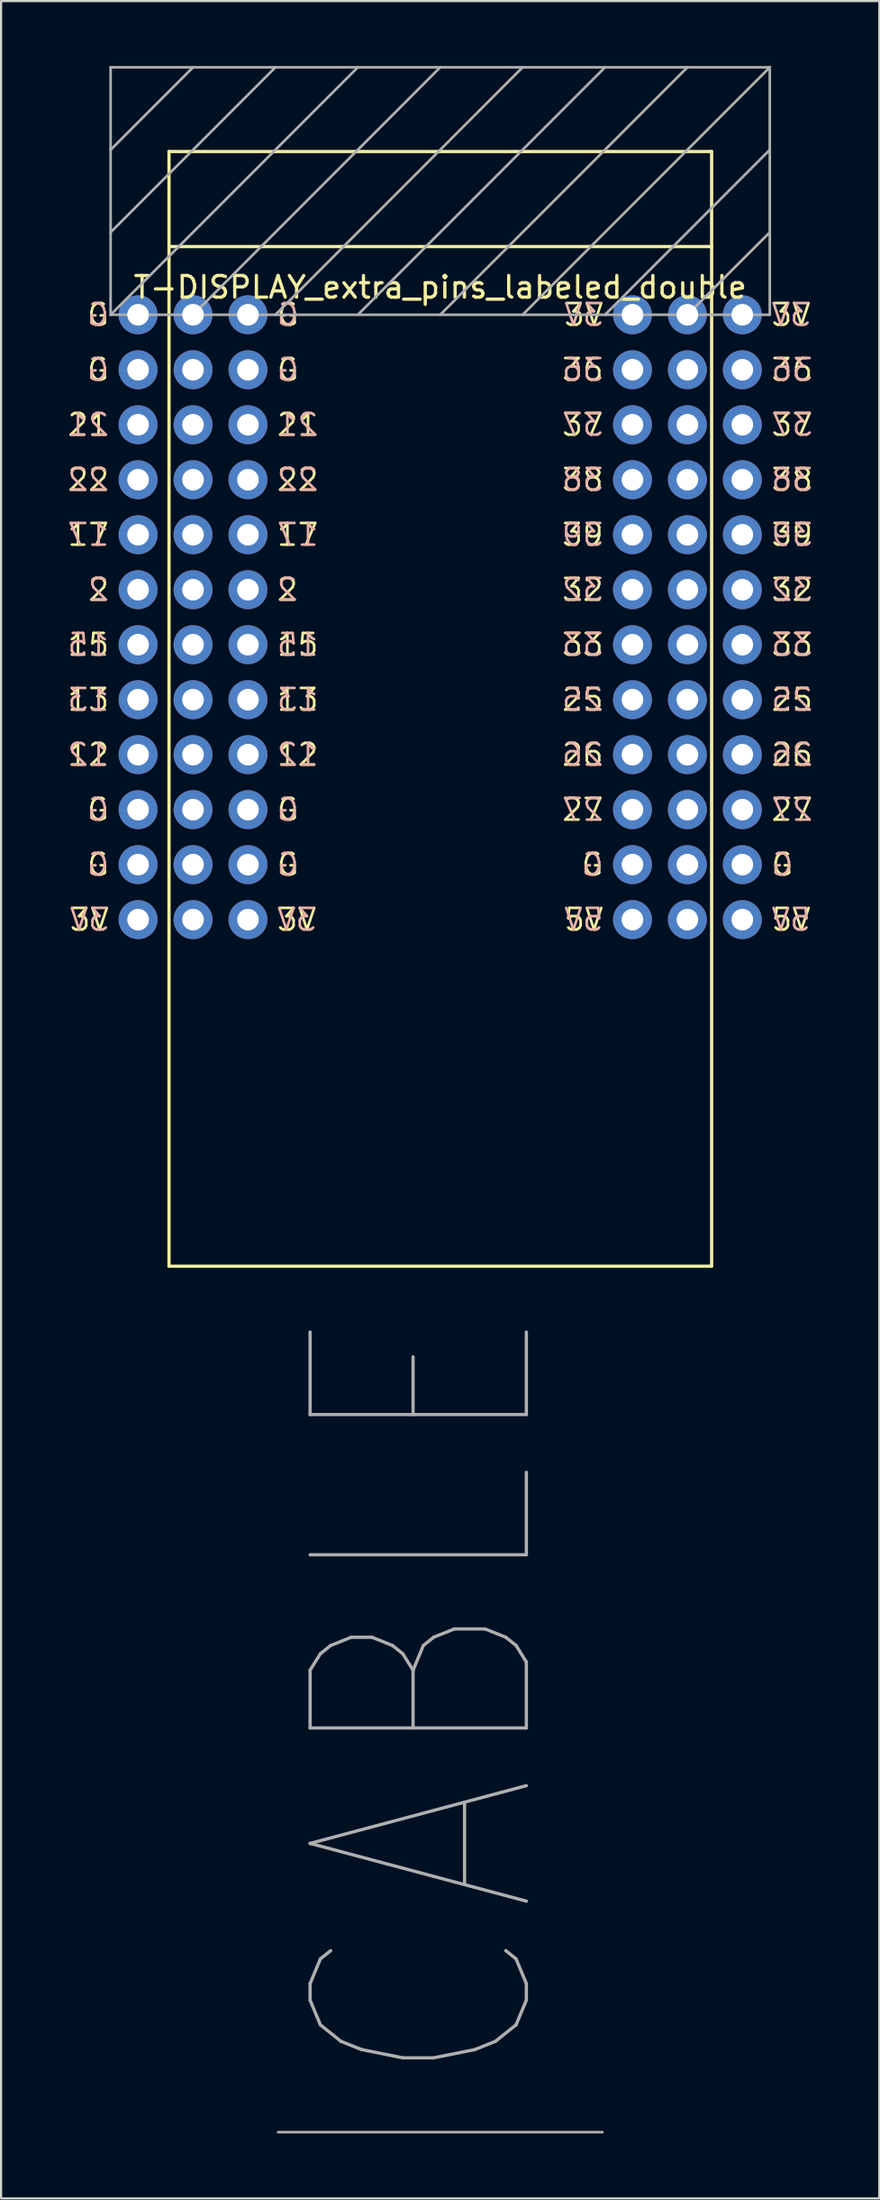
<source format=kicad_pcb>
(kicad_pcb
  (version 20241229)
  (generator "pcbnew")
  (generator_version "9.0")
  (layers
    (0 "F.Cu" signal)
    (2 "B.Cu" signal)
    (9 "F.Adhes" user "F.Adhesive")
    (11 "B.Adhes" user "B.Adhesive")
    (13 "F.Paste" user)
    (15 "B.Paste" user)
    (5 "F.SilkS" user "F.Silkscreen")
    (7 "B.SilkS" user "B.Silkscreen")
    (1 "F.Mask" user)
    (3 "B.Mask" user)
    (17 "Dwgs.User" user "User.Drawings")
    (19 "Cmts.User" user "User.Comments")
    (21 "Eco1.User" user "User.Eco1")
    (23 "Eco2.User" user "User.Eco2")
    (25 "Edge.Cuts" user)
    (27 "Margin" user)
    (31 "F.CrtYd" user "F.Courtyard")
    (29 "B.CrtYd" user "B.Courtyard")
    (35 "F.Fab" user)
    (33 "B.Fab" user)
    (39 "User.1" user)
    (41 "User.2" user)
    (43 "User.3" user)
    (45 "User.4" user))
  (footprint "T-DISPLAY_extra_pins_labeled_double"
    (layer "F.Cu")
    (at 5.875 11.49)
    (property "Reference" "T-DISPLAY_extra_pins_labeled_double" (at 11.43 -1.27 0) (layer "F.SilkS") (effects (font (size 1 1) (thickness 0.15))))
    (attr through_hole)
    (fp_line (start -1.11 -7.54) (end -1.11 43.95) (stroke (width 0.15) (type solid)) (layer "F.SilkS"))
    (fp_line (start -1.11 -7.54) (end 23.98 -7.54) (stroke (width 0.15) (type solid)) (layer "F.SilkS"))
    (fp_line (start -1.11 -3.15) (end 23.98 -3.15) (stroke (width 0.15) (type solid)) (layer "F.SilkS"))
    (fp_line (start -1.11 43.95) (end 23.98 43.95) (stroke (width 0.15) (type solid)) (layer "F.SilkS"))
    (fp_line (start 23.98 -7.54) (end 23.98 43.95) (stroke (width 0.15) (type solid)) (layer "F.SilkS"))
    (fp_line (start -3.81 -11.43) (end 26.67 -11.43) (stroke (width 0.12) (type solid)) (layer "F.Fab"))
    (fp_line (start -3.81 -7.62) (end 0 -11.43) (stroke (width 0.12) (type solid)) (layer "F.Fab"))
    (fp_line (start -3.81 -3.81) (end 3.81 -11.43) (stroke (width 0.12) (type solid)) (layer "F.Fab"))
    (fp_line (start -3.81 0) (end -3.81 -11.43) (stroke (width 0.12) (type solid)) (layer "F.Fab"))
    (fp_line (start -3.81 0) (end 7.62 -11.43) (stroke (width 0.12) (type solid)) (layer "F.Fab"))
    (fp_line (start 0 0) (end 11.43 -11.43) (stroke (width 0.12) (type solid)) (layer "F.Fab"))
    (fp_line (start 3.81 0) (end 15.24 -11.43) (stroke (width 0.12) (type solid)) (layer "F.Fab"))
    (fp_line (start 3.935 83.95) (end 18.935 83.95) (stroke (width 0.12) (type solid)) (layer "F.Fab"))
    (fp_line (start 7.62 0) (end 19.05 -11.43) (stroke (width 0.12) (type solid)) (layer "F.Fab"))
    (fp_line (start 15.24 0) (end 26.67 -11.43) (stroke (width 0.12) (type solid)) (layer "F.Fab"))
    (fp_line (start 19.05 0) (end 26.67 -7.62) (stroke (width 0.12) (type solid)) (layer "F.Fab"))
    (fp_line (start 22.86 -11.43) (end 11.43 0) (stroke (width 0.12) (type solid)) (layer "F.Fab"))
    (fp_line (start 22.86 0) (end 26.67 -3.81) (stroke (width 0.12) (type solid)) (layer "F.Fab"))
    (fp_line (start 26.67 -11.43) (end 26.67 0) (stroke (width 0.12) (type solid)) (layer "F.Fab"))
    (fp_line (start 26.67 0) (end -3.81 0) (stroke (width 0.12) (type solid)) (layer "F.Fab"))
    (fp_text user "15" (at -3.81 15.24 0) (layer "F.SilkS") (effects (font (size 1 1) (thickness 0.12)) (justify right)))
    (fp_text user "22" (at 3.81 7.62 0) (layer "F.SilkS") (effects (font (size 1 1) (thickness 0.12)) (justify left)))
    (fp_text user "G" (at -3.81 22.86 0) (layer "F.SilkS") (effects (font (size 1 1) (thickness 0.12)) (justify right)))
    (fp_text user "36" (at 26.67 2.54 0) (layer "F.SilkS") (effects (font (size 1 1) (thickness 0.12)) (justify left)))
    (fp_text user "38" (at 26.67 7.62 0) (layer "F.SilkS") (effects (font (size 1 1) (thickness 0.12)) (justify left)))
    (fp_text user "12" (at -3.81 20.32 0) (layer "F.SilkS") (effects (font (size 1 1) (thickness 0.12)) (justify right)))
    (fp_text user "G" (at 3.81 25.4 0) (layer "F.SilkS") (effects (font (size 1 1) (thickness 0.12)) (justify left)))
    (fp_text user "3V" (at 19.05 0 0) (layer "F.SilkS") (effects (font (size 1 1) (thickness 0.12)) (justify right)))
    (fp_text user "5V" (at 19.05 27.94 0) (layer "F.SilkS") (effects (font (size 1 1) (thickness 0.12)) (justify right)))
    (fp_text user "27" (at 26.67 22.86 0) (layer "F.SilkS") (effects (font (size 1 1) (thickness 0.12)) (justify left)))
    (fp_text user "25" (at 26.67 17.78 0) (layer "F.SilkS") (effects (font (size 1 1) (thickness 0.12)) (justify left)))
    (fp_text user "2" (at -3.81 12.7 0) (layer "F.SilkS") (effects (font (size 1 1) (thickness 0.12)) (justify right)))
    (fp_text user "G" (at -3.81 0 0) (layer "F.SilkS") (effects (font (size 1 1) (thickness 0.12)) (justify right)))
    (fp_text user "G" (at -3.81 2.54 0) (layer "F.SilkS") (effects (font (size 1 1) (thickness 0.12)) (justify right)))
    (fp_text user "17" (at 3.81 10.16 0) (layer "F.SilkS") (effects (font (size 1 1) (thickness 0.12)) (justify left)))
    (fp_text user "G" (at 3.81 22.86 0) (layer "F.SilkS") (effects (font (size 1 1) (thickness 0.12)) (justify left)))
    (fp_text user "G" (at 3.81 0 0) (layer "F.SilkS") (effects (font (size 1 1) (thickness 0.12)) (justify left)))
    (fp_text user "37" (at 26.67 5.08 0) (layer "F.SilkS") (effects (font (size 1 1) (thickness 0.12)) (justify left)))
    (fp_text user "21" (at 3.81 5.08 0) (layer "F.SilkS") (effects (font (size 1 1) (thickness 0.12)) (justify left)))
    (fp_text user "12" (at 3.81 20.32 0) (layer "F.SilkS") (effects (font (size 1 1) (thickness 0.12)) (justify left)))
    (fp_text user "3V" (at -3.81 27.94 0) (layer "F.SilkS") (effects (font (size 1 1) (thickness 0.12)) (justify right)))
    (fp_text user "G" (at -3.81 25.4 0) (layer "F.SilkS") (effects (font (size 1 1) (thickness 0.12)) (justify right)))
    (fp_text user "37" (at 19.05 5.08 0) (layer "F.SilkS") (effects (font (size 1 1) (thickness 0.12)) (justify right)))
    (fp_text user "5V" (at 26.67 27.94 0) (layer "F.SilkS") (effects (font (size 1 1) (thickness 0.12)) (justify left)))
    (fp_text user "G" (at 19.05 25.4 0) (layer "F.SilkS") (effects (font (size 1 1) (thickness 0.12)) (justify right)))
    (fp_text user "G" (at 3.81 2.54 0) (layer "F.SilkS") (effects (font (size 1 1) (thickness 0.12)) (justify left)))
    (fp_text user "33" (at 19.05 15.24 0) (layer "F.SilkS") (effects (font (size 1 1) (thickness 0.12)) (justify right)))
    (fp_text user "15" (at 3.81 15.24 0) (layer "F.SilkS") (effects (font (size 1 1) (thickness 0.12)) (justify left)))
    (fp_text user "2" (at 3.81 12.7 0) (layer "F.SilkS") (effects (font (size 1 1) (thickness 0.12)) (justify left)))
    (fp_text user "3V" (at 3.81 27.94 0) (layer "F.SilkS") (effects (font (size 1 1) (thickness 0.12)) (justify left)))
    (fp_text user "38" (at 19.05 7.62 0) (layer "F.SilkS") (effects (font (size 1 1) (thickness 0.12)) (justify right)))
    (fp_text user "13" (at -3.81 17.78 0) (layer "F.SilkS") (effects (font (size 1 1) (thickness 0.12)) (justify right)))
    (fp_text user "3V" (at 26.67 0 0) (layer "F.SilkS") (effects (font (size 1 1) (thickness 0.12)) (justify left)))
    (fp_text user "21" (at -3.81 5.08 0) (layer "F.SilkS") (effects (font (size 1 1) (thickness 0.12)) (justify right)))
    (fp_text user "32" (at 26.67 12.7 0) (layer "F.SilkS") (effects (font (size 1 1) (thickness 0.12)) (justify left)))
    (fp_text user "22" (at -3.81 7.62 0) (layer "F.SilkS") (effects (font (size 1 1) (thickness 0.12)) (justify right)))
    (fp_text user "39" (at 19.05 10.16 0) (layer "F.SilkS") (effects (font (size 1 1) (thickness 0.12)) (justify right)))
    (fp_text user "13" (at 3.81 17.78 0) (layer "F.SilkS") (effects (font (size 1 1) (thickness 0.12)) (justify left)))
    (fp_text user "26" (at 19.05 20.32 0) (layer "F.SilkS") (effects (font (size 1 1) (thickness 0.12)) (justify right)))
    (fp_text user "39" (at 26.67 10.16 0) (layer "F.SilkS") (effects (font (size 1 1) (thickness 0.12)) (justify left)))
    (fp_text user "17" (at -3.81 10.16 0) (layer "F.SilkS") (effects (font (size 1 1) (thickness 0.12)) (justify right)))
    (fp_text user "27" (at 19.05 22.86 0) (layer "F.SilkS") (effects (font (size 1 1) (thickness 0.12)) (justify right)))
    (fp_text user "G" (at 26.67 25.4 0) (layer "F.SilkS") (effects (font (size 1 1) (thickness 0.12)) (justify left)))
    (fp_text user "25" (at 19.05 17.78 0) (layer "F.SilkS") (effects (font (size 1 1) (thickness 0.12)) (justify right)))
    (fp_text user "26" (at 26.67 20.32 0) (layer "F.SilkS") (effects (font (size 1 1) (thickness 0.12)) (justify left)))
    (fp_text user "36" (at 19.05 2.54 0) (layer "F.SilkS") (effects (font (size 1 1) (thickness 0.12)) (justify right)))
    (fp_text user "32" (at 19.05 12.7 0) (layer "F.SilkS") (effects (font (size 1 1) (thickness 0.12)) (justify right)))
    (fp_text user "33" (at 26.67 15.24 0) (layer "F.SilkS") (effects (font (size 1 1) (thickness 0.12)) (justify left)))
    (fp_text user "G" (at 3.81 0 0) (layer "B.SilkS") (effects (font (size 1 1) (thickness 0.12)) (justify right mirror)))
    (fp_text user "21" (at 3.81 5.08 0) (layer "B.SilkS") (effects (font (size 1 1) (thickness 0.12)) (justify right mirror)))
    (fp_text user "22" (at -3.81 7.62 0) (layer "B.SilkS") (effects (font (size 1 1) (thickness 0.12)) (justify left mirror)))
    (fp_text user "22" (at 3.81 7.62 0) (layer "B.SilkS") (effects (font (size 1 1) (thickness 0.12)) (justify right mirror)))
    (fp_text user "17" (at -3.81 10.16 0) (layer "B.SilkS") (effects (font (size 1 1) (thickness 0.12)) (justify left mirror)))
    (fp_text user "36" (at 19.05 2.54 0) (layer "B.SilkS") (effects (font (size 1 1) (thickness 0.12)) (justify left mirror)))
    (fp_text user "25" (at 26.67 17.78 0) (layer "B.SilkS") (effects (font (size 1 1) (thickness 0.12)) (justify right mirror)))
    (fp_text user "G" (at -3.81 2.54 0) (layer "B.SilkS") (effects (font (size 1 1) (thickness 0.12)) (justify left mirror)))
    (fp_text user "3V" (at 3.81 27.94 0) (layer "B.SilkS") (effects (font (size 1 1) (thickness 0.12)) (justify right mirror)))
    (fp_text user "27" (at 26.67 22.86 0) (layer "B.SilkS") (effects (font (size 1 1) (thickness 0.12)) (justify right mirror)))
    (fp_text user "G" (at 19.05 25.4 0) (layer "B.SilkS") (effects (font (size 1 1) (thickness 0.12)) (justify left mirror)))
    (fp_text user "27" (at 19.05 22.86 0) (layer "B.SilkS") (effects (font (size 1 1) (thickness 0.12)) (justify left mirror)))
    (fp_text user "G" (at 26.67 25.4 0) (layer "B.SilkS") (effects (font (size 1 1) (thickness 0.12)) (justify right mirror)))
    (fp_text user "33" (at 26.67 15.24 0) (layer "B.SilkS") (effects (font (size 1 1) (thickness 0.12)) (justify right mirror)))
    (fp_text user "5V" (at 19.05 27.94 0) (layer "B.SilkS") (effects (font (size 1 1) (thickness 0.12)) (justify left mirror)))
    (fp_text user "21" (at -3.81 5.08 0) (layer "B.SilkS") (effects (font (size 1 1) (thickness 0.12)) (justify left mirror)))
    (fp_text user "32" (at 26.67 12.7 0) (layer "B.SilkS") (effects (font (size 1 1) (thickness 0.12)) (justify right mirror)))
    (fp_text user "G" (at -3.81 22.86 0) (layer "B.SilkS") (effects (font (size 1 1) (thickness 0.12)) (justify left mirror)))
    (fp_text user "36" (at 26.67 2.54 0) (layer "B.SilkS") (effects (font (size 1 1) (thickness 0.12)) (justify right mirror)))
    (fp_text user "39" (at 26.67 10.16 0) (layer "B.SilkS") (effects (font (size 1 1) (thickness 0.12)) (justify right mirror)))
    (fp_text user "33" (at 19.05 15.24 0) (layer "B.SilkS") (effects (font (size 1 1) (thickness 0.12)) (justify left mirror)))
    (fp_text user "2" (at 3.81 12.7 0) (layer "B.SilkS") (effects (font (size 1 1) (thickness 0.12)) (justify right mirror)))
    (fp_text user "37" (at 26.67 5.08 0) (layer "B.SilkS") (effects (font (size 1 1) (thickness 0.12)) (justify right mirror)))
    (fp_text user "G" (at 3.81 22.86 0) (layer "B.SilkS") (effects (font (size 1 1) (thickness 0.12)) (justify right mirror)))
    (fp_text user "37" (at 19.05 5.08 0) (layer "B.SilkS") (effects (font (size 1 1) (thickness 0.12)) (justify left mirror)))
    (fp_text user "39" (at 19.05 10.16 0) (layer "B.SilkS") (effects (font (size 1 1) (thickness 0.12)) (justify left mirror)))
    (fp_text user "12" (at -3.81 20.32 0) (layer "B.SilkS") (effects (font (size 1 1) (thickness 0.12)) (justify left mirror)))
    (fp_text user "3V" (at -3.81 27.94 0) (layer "B.SilkS") (effects (font (size 1 1) (thickness 0.12)) (justify left mirror)))
    (fp_text user "G" (at -3.81 25.4 0) (layer "B.SilkS") (effects (font (size 1 1) (thickness 0.12)) (justify left mirror)))
    (fp_text user "2" (at -3.81 12.7 0) (layer "B.SilkS") (effects (font (size 1 1) (thickness 0.12)) (justify left mirror)))
    (fp_text user "3V" (at 19.05 0 0) (layer "B.SilkS") (effects (font (size 1 1) (thickness 0.12)) (justify left mirror)))
    (fp_text user "5V" (at 26.67 27.94 0) (layer "B.SilkS") (effects (font (size 1 1) (thickness 0.12)) (justify right mirror)))
    (fp_text user "15" (at 3.81 15.24 0) (layer "B.SilkS") (effects (font (size 1 1) (thickness 0.12)) (justify right mirror)))
    (fp_text user "G" (at 3.81 25.4 0) (layer "B.SilkS") (effects (font (size 1 1) (thickness 0.12)) (justify right mirror)))
    (fp_text user "12" (at 3.81 20.32 0) (layer "B.SilkS") (effects (font (size 1 1) (thickness 0.12)) (justify right mirror)))
    (fp_text user "38" (at 26.67 7.62 0) (layer "B.SilkS") (effects (font (size 1 1) (thickness 0.12)) (justify right mirror)))
    (fp_text user "G" (at 3.81 2.54 0) (layer "B.SilkS") (effects (font (size 1 1) (thickness 0.12)) (justify right mirror)))
    (fp_text user "13" (at 3.81 17.78 0) (layer "B.SilkS") (effects (font (size 1 1) (thickness 0.12)) (justify right mirror)))
    (fp_text user "G" (at -3.81 0 0) (layer "B.SilkS") (effects (font (size 1 1) (thickness 0.12)) (justify left mirror)))
    (fp_text user "25" (at 19.05 17.78 0) (layer "B.SilkS") (effects (font (size 1 1) (thickness 0.12)) (justify left mirror)))
    (fp_text user "17" (at 3.81 10.16 0) (layer "B.SilkS") (effects (font (size 1 1) (thickness 0.12)) (justify right mirror)))
    (fp_text user "3V" (at 26.67 0 0) (layer "B.SilkS") (effects (font (size 1 1) (thickness 0.12)) (justify right mirror)))
    (fp_text user "32" (at 19.05 12.7 0) (layer "B.SilkS") (effects (font (size 1 1) (thickness 0.12)) (justify left mirror)))
    (fp_text user "15" (at -3.81 15.24 0) (layer "B.SilkS") (effects (font (size 1 1) (thickness 0.12)) (justify left mirror)))
    (fp_text user "26" (at 26.67 20.32 0) (layer "B.SilkS") (effects (font (size 1 1) (thickness 0.12)) (justify right mirror)))
    (fp_text user "13" (at -3.81 17.78 0) (layer "B.SilkS") (effects (font (size 1 1) (thickness 0.12)) (justify left mirror)))
    (fp_text user "26" (at 19.05 20.32 0) (layer "B.SilkS") (effects (font (size 1 1) (thickness 0.12)) (justify left mirror)))
    (fp_text user "38" (at 19.05 7.62 0) (layer "B.SilkS") (effects (font (size 1 1) (thickness 0.12)) (justify left mirror)))
    (fp_text user "CABLE" (at 10.795 63.754 270) (layer "F.Fab") (effects (font (size 10 8) (thickness 0.15))))
    (pad "1" thru_hole circle (at -2.54 0) (size 1.8 1.8) (drill 1) (layers "*.Cu" "*.Mask"))
    (pad "1" thru_hole circle (at 0 0) (size 1.8 1.8) (drill 1) (layers "*.Cu" "*.Mask"))
    (pad "1" thru_hole circle (at 2.54 0) (size 1.8 1.8) (drill 1) (layers "*.Cu" "*.Mask"))
    (pad "2" thru_hole circle (at -2.54 2.54) (size 1.8 1.8) (drill 1) (layers "*.Cu" "*.Mask"))
    (pad "2" thru_hole circle (at 0 2.54) (size 1.8 1.8) (drill 1) (layers "*.Cu" "*.Mask"))
    (pad "2" thru_hole circle (at 2.54 2.54) (size 1.8 1.8) (drill 1) (layers "*.Cu" "*.Mask"))
    (pad "3" thru_hole circle (at -2.54 5.08) (size 1.8 1.8) (drill 1) (layers "*.Cu" "*.Mask"))
    (pad "3" thru_hole circle (at 0 5.08) (size 1.8 1.8) (drill 1) (layers "*.Cu" "*.Mask"))
    (pad "3" thru_hole circle (at 2.54 5.08) (size 1.8 1.8) (drill 1) (layers "*.Cu" "*.Mask"))
    (pad "4" thru_hole circle (at -2.54 7.62) (size 1.8 1.8) (drill 1) (layers "*.Cu" "*.Mask"))
    (pad "4" thru_hole circle (at 0 7.62) (size 1.8 1.8) (drill 1) (layers "*.Cu" "*.Mask"))
    (pad "4" thru_hole circle (at 2.54 7.62) (size 1.8 1.8) (drill 1) (layers "*.Cu" "*.Mask"))
    (pad "5" thru_hole circle (at -2.54 10.16) (size 1.8 1.8) (drill 1) (layers "*.Cu" "*.Mask"))
    (pad "5" thru_hole circle (at 0 10.16) (size 1.8 1.8) (drill 1) (layers "*.Cu" "*.Mask"))
    (pad "5" thru_hole circle (at 2.54 10.16) (size 1.8 1.8) (drill 1) (layers "*.Cu" "*.Mask"))
    (pad "6" thru_hole circle (at -2.54 12.7) (size 1.8 1.8) (drill 1) (layers "*.Cu" "*.Mask"))
    (pad "6" thru_hole circle (at 0 12.7) (size 1.8 1.8) (drill 1) (layers "*.Cu" "*.Mask"))
    (pad "6" thru_hole circle (at 2.54 12.7) (size 1.8 1.8) (drill 1) (layers "*.Cu" "*.Mask"))
    (pad "7" thru_hole circle (at -2.54 15.24) (size 1.8 1.8) (drill 1) (layers "*.Cu" "*.Mask"))
    (pad "7" thru_hole circle (at 0 15.24) (size 1.8 1.8) (drill 1) (layers "*.Cu" "*.Mask"))
    (pad "7" thru_hole circle (at 2.54 15.24) (size 1.8 1.8) (drill 1) (layers "*.Cu" "*.Mask"))
    (pad "8" thru_hole circle (at -2.54 17.78) (size 1.8 1.8) (drill 1) (layers "*.Cu" "*.Mask"))
    (pad "8" thru_hole circle (at 0 17.78) (size 1.8 1.8) (drill 1) (layers "*.Cu" "*.Mask"))
    (pad "8" thru_hole circle (at 2.54 17.78) (size 1.8 1.8) (drill 1) (layers "*.Cu" "*.Mask"))
    (pad "9" thru_hole circle (at -2.54 20.32) (size 1.8 1.8) (drill 1) (layers "*.Cu" "*.Mask"))
    (pad "9" thru_hole circle (at 0 20.32) (size 1.8 1.8) (drill 1) (layers "*.Cu" "*.Mask"))
    (pad "9" thru_hole circle (at 2.54 20.32) (size 1.8 1.8) (drill 1) (layers "*.Cu" "*.Mask"))
    (pad "10" thru_hole circle (at -2.54 22.86) (size 1.8 1.8) (drill 1) (layers "*.Cu" "*.Mask"))
    (pad "10" thru_hole circle (at 0 22.86) (size 1.8 1.8) (drill 1) (layers "*.Cu" "*.Mask"))
    (pad "10" thru_hole circle (at 2.54 22.86) (size 1.8 1.8) (drill 1) (layers "*.Cu" "*.Mask"))
    (pad "11" thru_hole circle (at -2.54 25.4) (size 1.8 1.8) (drill 1) (layers "*.Cu" "*.Mask"))
    (pad "11" thru_hole circle (at 0 25.4) (size 1.8 1.8) (drill 1) (layers "*.Cu" "*.Mask"))
    (pad "11" thru_hole circle (at 2.54 25.4) (size 1.8 1.8) (drill 1) (layers "*.Cu" "*.Mask"))
    (pad "12" thru_hole circle (at -2.54 27.94) (size 1.8 1.8) (drill 1) (layers "*.Cu" "*.Mask"))
    (pad "12" thru_hole circle (at 0 27.94) (size 1.8 1.8) (drill 1) (layers "*.Cu" "*.Mask"))
    (pad "12" thru_hole circle (at 2.54 27.94) (size 1.8 1.8) (drill 1) (layers "*.Cu" "*.Mask"))
    (pad "13" thru_hole circle (at 20.32 27.94) (size 1.8 1.8) (drill 1) (layers "*.Cu" "*.Mask"))
    (pad "13" thru_hole circle (at 22.86 27.94) (size 1.8 1.8) (drill 1) (layers "*.Cu" "*.Mask"))
    (pad "13" thru_hole circle (at 25.4 27.94) (size 1.8 1.8) (drill 1) (layers "*.Cu" "*.Mask"))
    (pad "14" thru_hole circle (at 20.32 25.4) (size 1.8 1.8) (drill 1) (layers "*.Cu" "*.Mask"))
    (pad "14" thru_hole circle (at 22.86 25.4) (size 1.8 1.8) (drill 1) (layers "*.Cu" "*.Mask"))
    (pad "14" thru_hole circle (at 25.4 25.4) (size 1.8 1.8) (drill 1) (layers "*.Cu" "*.Mask"))
    (pad "15" thru_hole circle (at 20.32 22.86) (size 1.8 1.8) (drill 1) (layers "*.Cu" "*.Mask"))
    (pad "15" thru_hole circle (at 22.86 22.86) (size 1.8 1.8) (drill 1) (layers "*.Cu" "*.Mask"))
    (pad "15" thru_hole circle (at 25.4 22.86) (size 1.8 1.8) (drill 1) (layers "*.Cu" "*.Mask"))
    (pad "16" thru_hole circle (at 20.32 20.32) (size 1.8 1.8) (drill 1) (layers "*.Cu" "*.Mask"))
    (pad "16" thru_hole circle (at 22.86 20.32) (size 1.8 1.8) (drill 1) (layers "*.Cu" "*.Mask"))
    (pad "16" thru_hole circle (at 25.4 20.32) (size 1.8 1.8) (drill 1) (layers "*.Cu" "*.Mask"))
    (pad "17" thru_hole circle (at 20.32 17.78) (size 1.8 1.8) (drill 1) (layers "*.Cu" "*.Mask"))
    (pad "17" thru_hole circle (at 22.86 17.78) (size 1.8 1.8) (drill 1) (layers "*.Cu" "*.Mask"))
    (pad "17" thru_hole circle (at 25.4 17.78) (size 1.8 1.8) (drill 1) (layers "*.Cu" "*.Mask"))
    (pad "18" thru_hole circle (at 20.32 15.24) (size 1.8 1.8) (drill 1) (layers "*.Cu" "*.Mask"))
    (pad "18" thru_hole circle (at 22.86 15.24) (size 1.8 1.8) (drill 1) (layers "*.Cu" "*.Mask"))
    (pad "18" thru_hole circle (at 25.4 15.24) (size 1.8 1.8) (drill 1) (layers "*.Cu" "*.Mask"))
    (pad "19" thru_hole circle (at 20.32 12.7) (size 1.8 1.8) (drill 1) (layers "*.Cu" "*.Mask"))
    (pad "19" thru_hole circle (at 22.86 12.7) (size 1.8 1.8) (drill 1) (layers "*.Cu" "*.Mask"))
    (pad "19" thru_hole circle (at 25.4 12.7) (size 1.8 1.8) (drill 1) (layers "*.Cu" "*.Mask"))
    (pad "20" thru_hole circle (at 20.32 10.16) (size 1.8 1.8) (drill 1) (layers "*.Cu" "*.Mask"))
    (pad "20" thru_hole circle (at 22.86 10.16) (size 1.8 1.8) (drill 1) (layers "*.Cu" "*.Mask"))
    (pad "20" thru_hole circle (at 25.4 10.16) (size 1.8 1.8) (drill 1) (layers "*.Cu" "*.Mask"))
    (pad "21" thru_hole circle (at 20.32 7.62) (size 1.8 1.8) (drill 1) (layers "*.Cu" "*.Mask"))
    (pad "21" thru_hole circle (at 22.86 7.62) (size 1.8 1.8) (drill 1) (layers "*.Cu" "*.Mask"))
    (pad "21" thru_hole circle (at 25.4 7.62) (size 1.8 1.8) (drill 1) (layers "*.Cu" "*.Mask"))
    (pad "22" thru_hole circle (at 20.32 5.08) (size 1.8 1.8) (drill 1) (layers "*.Cu" "*.Mask"))
    (pad "22" thru_hole circle (at 22.86 5.08) (size 1.8 1.8) (drill 1) (layers "*.Cu" "*.Mask"))
    (pad "22" thru_hole circle (at 25.4 5.08) (size 1.8 1.8) (drill 1) (layers "*.Cu" "*.Mask"))
    (pad "23" thru_hole circle (at 20.32 2.54) (size 1.8 1.8) (drill 1) (layers "*.Cu" "*.Mask"))
    (pad "23" thru_hole circle (at 22.86 2.54) (size 1.8 1.8) (drill 1) (layers "*.Cu" "*.Mask"))
    (pad "23" thru_hole circle (at 25.4 2.54) (size 1.8 1.8) (drill 1) (layers "*.Cu" "*.Mask"))
    (pad "24" thru_hole circle (at 20.32 0) (size 1.8 1.8) (drill 1) (layers "*.Cu" "*.Mask"))
    (pad "24" thru_hole circle (at 22.86 0) (size 1.8 1.8) (drill 1) (layers "*.Cu" "*.Mask"))
    (pad "24" thru_hole circle (at 25.4 0) (size 1.8 1.8) (drill 1) (layers "*.Cu" "*.Mask")))
  (gr_rect
    (start -3 -3)
    (end 37.61 98.5)
    (stroke (width 0.1) (type default))
    (fill no)
    (layer "Edge.Cuts")))
</source>
